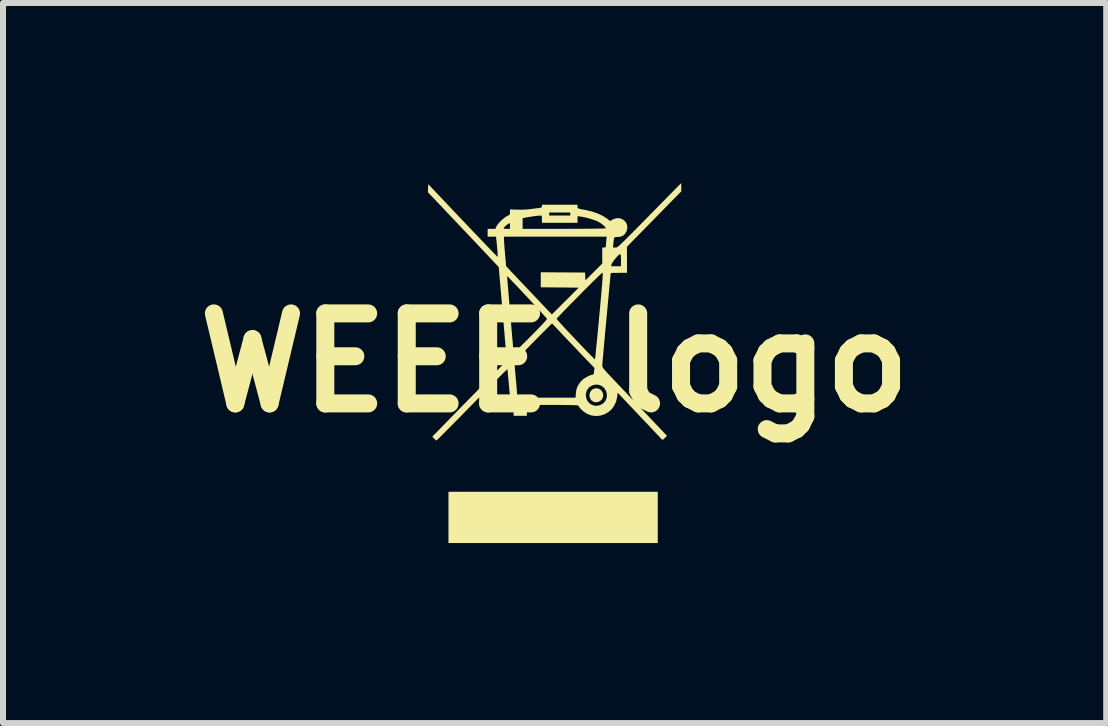
<source format=kicad_pcb>
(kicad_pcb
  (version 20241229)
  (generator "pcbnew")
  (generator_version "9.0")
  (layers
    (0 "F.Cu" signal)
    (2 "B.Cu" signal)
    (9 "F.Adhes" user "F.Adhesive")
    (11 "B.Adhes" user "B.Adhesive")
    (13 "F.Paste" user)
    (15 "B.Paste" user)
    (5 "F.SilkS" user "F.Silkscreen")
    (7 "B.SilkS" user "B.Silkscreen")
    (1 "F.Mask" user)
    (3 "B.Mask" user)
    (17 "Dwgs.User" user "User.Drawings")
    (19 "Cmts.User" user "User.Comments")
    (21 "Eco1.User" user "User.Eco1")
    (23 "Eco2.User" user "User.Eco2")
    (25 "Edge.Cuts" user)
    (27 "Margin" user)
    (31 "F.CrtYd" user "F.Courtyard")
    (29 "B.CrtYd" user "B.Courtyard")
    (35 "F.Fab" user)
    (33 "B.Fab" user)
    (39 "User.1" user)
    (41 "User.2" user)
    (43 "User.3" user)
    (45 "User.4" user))
  (footprint "WEEE logo"
    (layer "F.Cu")
    (at 6.193 2.995)
    (property "Reference" "WEEE logo" (at 0 0 0) (layer "F.SilkS") (effects (font (size 1.5 1.5) (thickness 0.3))))
    (attr exclude_from_pos_files exclude_from_bom)
    (fp_poly (pts (xy 1.719 2.578) (xy 1.719 3.005) (xy -0.025 3.005) (xy -1.769 3.005) (xy -1.769 2.578) (xy -1.769 2.151) (xy -0.025 2.151) (xy 1.719 2.151)) (stroke (width 0) (type solid)) (fill yes) (layer "F.SilkS"))
    (fp_poly (pts (xy 0.733 0.432) (xy 0.77 0.453) (xy 0.797 0.487) (xy 0.81 0.529) (xy 0.807 0.574) (xy 0.787 0.612) (xy 0.756 0.641) (xy 0.717 0.657) (xy 0.674 0.658) (xy 0.648 0.65) (xy 0.611 0.624) (xy 0.589 0.588) (xy 0.58 0.547) (xy 0.586 0.506) (xy 0.606 0.468) (xy 0.64 0.439) (xy 0.648 0.436) (xy 0.691 0.425)) (stroke (width 0) (type solid)) (fill yes) (layer "F.SilkS"))
    (fp_poly (pts (xy 2.111 -2.925) (xy 2.111 -2.856) (xy 1.658 -2.394) (xy 1.205 -1.932) (xy 1.206 -1.715) (xy 1.207 -1.498) (xy 1.071 -1.498) (xy 1.021 -1.497) (xy 0.98 -1.497) (xy 0.95 -1.495) (xy 0.936 -1.494) (xy 0.935 -1.493) (xy 0.934 -1.483) (xy 0.931 -1.454) (xy 0.927 -1.408) (xy 0.921 -1.347) (xy 0.914 -1.272) (xy 0.906 -1.185) (xy 0.897 -1.087) (xy 0.887 -0.98) (xy 0.877 -0.865) (xy 0.865 -0.744) (xy 0.864 -0.735) (xy 0.853 -0.613) (xy 0.842 -0.497) (xy 0.832 -0.387) (xy 0.823 -0.286) (xy 0.815 -0.195) (xy 0.808 -0.116) (xy 0.802 -0.05) (xy 0.798 0.001) (xy 0.795 0.035) (xy 0.794 0.05) (xy 0.794 0.05) (xy 0.796 0.062) (xy 0.801 0.076) (xy 0.812 0.093) (xy 0.831 0.117) (xy 0.858 0.148) (xy 0.895 0.188) (xy 0.945 0.241) (xy 0.972 0.27) (xy 1.016 0.316) (xy 1.071 0.374) (xy 1.136 0.442) (xy 1.208 0.518) (xy 1.284 0.598) (xy 1.363 0.681) (xy 1.441 0.764) (xy 1.512 0.838) (xy 1.873 1.218) (xy 1.836 1.255) (xy 1.814 1.276) (xy 1.801 1.284) (xy 1.791 1.282) (xy 1.781 1.271) (xy 1.77 1.26) (xy 1.748 1.236) (xy 1.714 1.2) (xy 1.67 1.154) (xy 1.618 1.099) (xy 1.56 1.037) (xy 1.495 0.969) (xy 1.427 0.897) (xy 1.406 0.875) (xy 1.05 0.499) (xy 1.043 0.567) (xy 1.025 0.648) (xy 0.992 0.719) (xy 0.947 0.779) (xy 0.892 0.826) (xy 0.829 0.861) (xy 0.76 0.882) (xy 0.689 0.888) (xy 0.617 0.88) (xy 0.547 0.855) (xy 0.481 0.813) (xy 0.436 0.771) (xy 0.414 0.744) (xy 0.398 0.723) (xy 0.392 0.713) (xy 0.382 0.711) (xy 0.354 0.709) (xy 0.31 0.707) (xy 0.251 0.706) (xy 0.179 0.705) (xy 0.096 0.704) (xy 0.004 0.704) (xy -0.035 0.704) (xy -0.462 0.704) (xy -0.462 0.794) (xy -0.462 0.885) (xy -0.573 0.885) (xy -0.683 0.885) (xy -0.683 0.799) (xy -0.684 0.756) (xy -0.686 0.729) (xy -0.691 0.711) (xy -0.701 0.699) (xy -0.71 0.69) (xy -0.717 0.683) (xy -0.724 0.675) (xy -0.729 0.663) (xy -0.733 0.645) (xy -0.738 0.619) (xy -0.742 0.583) (xy -0.747 0.533) (xy -0.753 0.468) (xy -0.76 0.392) (xy -0.766 0.319) (xy -0.772 0.253) (xy -0.778 0.197) (xy -0.782 0.152) (xy -0.785 0.121) (xy -0.787 0.108) (xy -0.787 0.108) (xy -0.794 0.114) (xy -0.814 0.133) (xy -0.846 0.164) (xy -0.889 0.207) (xy -0.943 0.26) (xy -1.004 0.322) (xy -1.074 0.393) (xy -1.151 0.47) (xy -1.233 0.554) (xy -1.32 0.642) (xy -1.375 0.699) (xy -1.465 0.79) (xy -1.55 0.877) (xy -1.631 0.959) (xy -1.705 1.034) (xy -1.773 1.102) (xy -1.832 1.162) (xy -1.882 1.212) (xy -1.921 1.251) (xy -1.95 1.279) (xy -1.965 1.294) (xy -1.968 1.297) (xy -1.979 1.29) (xy -1.998 1.274) (xy -2.007 1.265) (xy -2.039 1.233) (xy -1.826 1.015) (xy -1.777 0.965) (xy -1.717 0.902) (xy -1.646 0.831) (xy -1.569 0.751) (xy -1.486 0.667) (xy -1.401 0.58) (xy -1.315 0.493) (xy -1.231 0.407) (xy -1.205 0.381) (xy -0.816 -0.015) (xy -0.671 -0.015) (xy -0.648 0.251) (xy -0.641 0.324) (xy -0.635 0.392) (xy -0.631 0.451) (xy -0.627 0.5) (xy -0.624 0.534) (xy -0.624 0.55) (xy -0.623 0.583) (xy -0.137 0.583) (xy 0.349 0.583) (xy 0.352 0.543) (xy 0.52 0.543) (xy 0.529 0.6) (xy 0.554 0.648) (xy 0.591 0.685) (xy 0.637 0.709) (xy 0.689 0.719) (xy 0.743 0.712) (xy 0.796 0.688) (xy 0.797 0.687) (xy 0.838 0.65) (xy 0.863 0.601) (xy 0.872 0.547) (xy 0.864 0.491) (xy 0.855 0.467) (xy 0.825 0.419) (xy 0.785 0.387) (xy 0.739 0.369) (xy 0.69 0.364) (xy 0.642 0.373) (xy 0.598 0.393) (xy 0.561 0.425) (xy 0.534 0.468) (xy 0.521 0.521) (xy 0.52 0.543) (xy 0.352 0.543) (xy 0.354 0.51) (xy 0.364 0.444) (xy 0.385 0.387) (xy 0.421 0.333) (xy 0.445 0.304) (xy 0.477 0.275) (xy 0.517 0.248) (xy 0.56 0.224) (xy 0.6 0.207) (xy 0.63 0.201) (xy 0.642 0.198) (xy 0.65 0.187) (xy 0.656 0.163) (xy 0.658 0.144) (xy 0.665 0.088) (xy 0.586 0.006) (xy 0.561 -0.02) (xy 0.524 -0.058) (xy 0.477 -0.107) (xy 0.423 -0.163) (xy 0.364 -0.226) (xy 0.301 -0.292) (xy 0.237 -0.359) (xy 0.231 -0.365) (xy -0.043 -0.655) (xy -0.188 -0.511) (xy -0.241 -0.458) (xy -0.302 -0.396) (xy -0.368 -0.329) (xy -0.433 -0.262) (xy -0.493 -0.2) (xy -0.502 -0.191) (xy -0.671 -0.015) (xy -0.816 -0.015) (xy -0.797 -0.035) (xy -0.864 -0.815) (xy -0.918 -1.443) (xy -0.791 -1.443) (xy -0.791 -1.433) (xy -0.789 -1.405) (xy -0.785 -1.36) (xy -0.781 -1.299) (xy -0.774 -1.226) (xy -0.767 -1.141) (xy -0.759 -1.046) (xy -0.751 -0.943) (xy -0.741 -0.834) (xy -0.739 -0.804) (xy -0.729 -0.693) (xy -0.72 -0.587) (xy -0.712 -0.49) (xy -0.704 -0.402) (xy -0.697 -0.325) (xy -0.692 -0.26) (xy -0.688 -0.211) (xy -0.685 -0.177) (xy -0.684 -0.161) (xy -0.683 -0.16) (xy -0.677 -0.166) (xy -0.657 -0.184) (xy -0.627 -0.213) (xy -0.586 -0.253) (xy -0.538 -0.301) (xy -0.483 -0.355) (xy -0.423 -0.415) (xy -0.405 -0.434) (xy -0.343 -0.496) (xy -0.286 -0.554) (xy -0.236 -0.607) (xy -0.193 -0.652) (xy -0.159 -0.688) (xy -0.137 -0.714) (xy -0.126 -0.728) (xy -0.126 -0.729) (xy -0.128 -0.733) (xy 0.032 -0.733) (xy 0.038 -0.724) (xy 0.056 -0.703) (xy 0.085 -0.67) (xy 0.123 -0.629) (xy 0.168 -0.58) (xy 0.218 -0.526) (xy 0.273 -0.468) (xy 0.33 -0.408) (xy 0.387 -0.347) (xy 0.444 -0.288) (xy 0.498 -0.231) (xy 0.547 -0.18) (xy 0.591 -0.135) (xy 0.627 -0.099) (xy 0.653 -0.073) (xy 0.669 -0.058) (xy 0.673 -0.056) (xy 0.674 -0.067) (xy 0.678 -0.096) (xy 0.683 -0.142) (xy 0.689 -0.203) (xy 0.696 -0.277) (xy 0.705 -0.364) (xy 0.714 -0.461) (xy 0.725 -0.567) (xy 0.735 -0.68) (xy 0.744 -0.777) (xy 0.758 -0.928) (xy 0.77 -1.059) (xy 0.78 -1.172) (xy 0.788 -1.267) (xy 0.794 -1.345) (xy 0.799 -1.406) (xy 0.801 -1.451) (xy 0.802 -1.482) (xy 0.801 -1.497) (xy 0.8 -1.5) (xy 0.791 -1.495) (xy 0.768 -1.476) (xy 0.734 -1.444) (xy 0.688 -1.399) (xy 0.631 -1.344) (xy 0.565 -1.278) (xy 0.49 -1.203) (xy 0.412 -1.124) (xy 0.341 -1.051) (xy 0.273 -0.983) (xy 0.212 -0.92) (xy 0.157 -0.864) (xy 0.111 -0.816) (xy 0.074 -0.777) (xy 0.048 -0.75) (xy 0.034 -0.735) (xy 0.032 -0.733) (xy -0.128 -0.733) (xy -0.132 -0.738) (xy -0.151 -0.76) (xy -0.18 -0.793) (xy -0.218 -0.835) (xy -0.264 -0.884) (xy -0.315 -0.94) (xy -0.37 -1) (xy -0.427 -1.062) (xy -0.486 -1.124) (xy -0.543 -1.186) (xy -0.599 -1.245) (xy -0.65 -1.299) (xy -0.696 -1.347) (xy -0.735 -1.388) (xy -0.764 -1.418) (xy -0.784 -1.437) (xy -0.791 -1.443) (xy -0.918 -1.443) (xy -0.931 -1.594) (xy -1.472 -2.167) (xy -1.559 -2.258) (xy -1.642 -2.347) (xy -1.722 -2.43) (xy -1.796 -2.509) (xy -1.863 -2.58) (xy -1.923 -2.643) (xy -1.974 -2.696) (xy -2.014 -2.739) (xy -2.044 -2.77) (xy -2.061 -2.788) (xy -2.063 -2.79) (xy -2.112 -2.841) (xy -2.109 -2.909) (xy -2.106 -2.976) (xy -1.529 -2.367) (xy -1.441 -2.275) (xy -1.357 -2.186) (xy -1.278 -2.103) (xy -1.205 -2.027) (xy -1.139 -1.958) (xy -1.081 -1.898) (xy -1.032 -1.847) (xy -0.994 -1.808) (xy -0.966 -1.78) (xy -0.951 -1.765) (xy -0.948 -1.763) (xy -0.948 -1.773) (xy -0.949 -1.8) (xy -0.951 -1.839) (xy -0.955 -1.885) (xy -0.959 -1.935) (xy -0.964 -1.985) (xy -0.968 -2.03) (xy -0.971 -2.053) (xy -0.977 -2.101) (xy -0.844 -2.101) (xy -0.844 -2.058) (xy -0.843 -2.035) (xy -0.84 -1.996) (xy -0.837 -1.944) (xy -0.832 -1.884) (xy -0.826 -1.819) (xy -0.826 -1.813) (xy -0.808 -1.61) (xy -0.75 -1.548) (xy -0.731 -1.527) (xy -0.7 -1.494) (xy -0.659 -1.451) (xy -0.609 -1.397) (xy -0.551 -1.337) (xy -0.489 -1.271) (xy -0.423 -1.201) (xy -0.369 -1.145) (xy -0.046 -0.804) (xy 0.178 -1.028) (xy 0.402 -1.251) (xy 0.086 -1.254) (xy -0.231 -1.257) (xy -0.231 -1.382) (xy -0.231 -1.508) (xy 0.138 -1.505) (xy 0.508 -1.503) (xy 0.511 -1.438) (xy 0.514 -1.373) (xy 0.654 -1.513) (xy 0.749 -1.608) (xy 0.942 -1.608) (xy 1.024 -1.608) (xy 1.106 -1.608) (xy 1.106 -1.709) (xy 1.105 -1.756) (xy 1.103 -1.787) (xy 1.099 -1.803) (xy 1.093 -1.809) (xy 1.092 -1.809) (xy 1.077 -1.802) (xy 1.054 -1.782) (xy 1.028 -1.753) (xy 1 -1.72) (xy 0.976 -1.688) (xy 0.957 -1.659) (xy 0.949 -1.64) (xy 0.942 -1.608) (xy 0.749 -1.608) (xy 0.794 -1.653) (xy 0.794 -1.787) (xy 0.794 -1.92) (xy 0.824 -1.92) (xy 0.846 -1.923) (xy 0.854 -1.934) (xy 0.854 -1.942) (xy 0.855 -1.964) (xy 0.858 -1.998) (xy 0.861 -2.033) (xy 0.867 -2.101) (xy 0.012 -2.101) (xy -0.844 -2.101) (xy -0.977 -2.101) (xy -1.046 -2.101) (xy -1.116 -2.101) (xy -1.116 -2.166) (xy -1.116 -2.231) (xy -1.052 -2.231) (xy -0.988 -2.231) (xy -0.984 -2.239) (xy -0.849 -2.239) (xy -0.843 -2.234) (xy -0.825 -2.232) (xy -0.799 -2.231) (xy -0.744 -2.231) (xy -0.533 -2.231) (xy 0.161 -2.231) (xy 0.305 -2.232) (xy 0.434 -2.232) (xy 0.546 -2.233) (xy 0.643 -2.234) (xy 0.722 -2.235) (xy 0.783 -2.236) (xy 0.826 -2.238) (xy 0.849 -2.24) (xy 0.854 -2.241) (xy 0.846 -2.258) (xy 0.825 -2.28) (xy 0.794 -2.306) (xy 0.759 -2.331) (xy 0.722 -2.353) (xy 0.722 -2.353) (xy 0.675 -2.373) (xy 0.614 -2.393) (xy 0.548 -2.412) (xy 0.482 -2.427) (xy 0.43 -2.436) (xy 0.382 -2.442) (xy 0.382 -2.387) (xy 0.382 -2.332) (xy 0.085 -2.332) (xy -0.211 -2.332) (xy -0.211 -2.392) (xy -0.212 -2.426) (xy -0.214 -2.444) (xy -0.222 -2.451) (xy -0.236 -2.452) (xy -0.239 -2.452) (xy -0.268 -2.45) (xy -0.312 -2.446) (xy -0.365 -2.438) (xy -0.422 -2.43) (xy -0.47 -2.421) (xy -0.533 -2.41) (xy -0.533 -2.321) (xy -0.533 -2.231) (xy -0.744 -2.231) (xy -0.744 -2.282) (xy -0.745 -2.313) (xy -0.75 -2.326) (xy -0.756 -2.326) (xy -0.787 -2.305) (xy -0.816 -2.282) (xy -0.838 -2.26) (xy -0.845 -2.25) (xy -0.849 -2.239) (xy -0.984 -2.239) (xy -0.97 -2.272) (xy -0.949 -2.305) (xy -0.916 -2.343) (xy -0.877 -2.382) (xy -0.835 -2.416) (xy -0.797 -2.441) (xy -0.786 -2.447) (xy -0.76 -2.46) (xy -0.748 -2.473) (xy -0.744 -2.493) (xy -0.744 -2.503) (xy -0.09 -2.503) (xy -0.09 -2.478) (xy -0.09 -2.453) (xy 0.085 -2.453) (xy 0.261 -2.453) (xy 0.261 -2.478) (xy 0.261 -2.503) (xy 0.085 -2.503) (xy -0.09 -2.503) (xy -0.744 -2.503) (xy -0.744 -2.51) (xy -0.744 -2.555) (xy -0.626 -2.551) (xy -0.553 -2.55) (xy -0.477 -2.553) (xy -0.41 -2.559) (xy -0.407 -2.559) (xy -0.358 -2.566) (xy -0.311 -2.572) (xy -0.272 -2.577) (xy -0.259 -2.579) (xy -0.23 -2.583) (xy -0.216 -2.59) (xy -0.211 -2.603) (xy -0.211 -2.609) (xy -0.211 -2.633) (xy 0.085 -2.633) (xy 0.382 -2.633) (xy 0.382 -2.603) (xy 0.382 -2.589) (xy 0.385 -2.579) (xy 0.393 -2.572) (xy 0.41 -2.566) (xy 0.44 -2.559) (xy 0.484 -2.551) (xy 0.502 -2.548) (xy 0.619 -2.521) (xy 0.724 -2.485) (xy 0.813 -2.442) (xy 0.882 -2.396) (xy 0.924 -2.361) (xy 0.968 -2.387) (xy 1.02 -2.407) (xy 1.07 -2.41) (xy 1.117 -2.398) (xy 1.157 -2.373) (xy 1.189 -2.338) (xy 1.208 -2.294) (xy 1.212 -2.244) (xy 1.201 -2.196) (xy 1.174 -2.147) (xy 1.135 -2.114) (xy 1.085 -2.098) (xy 1.053 -2.096) (xy 1.025 -2.096) (xy 1.007 -2.093) (xy 0.995 -2.084) (xy 0.989 -2.066) (xy 0.984 -2.035) (xy 0.98 -1.988) (xy 0.98 -1.988) (xy 0.973 -1.92) (xy 1.012 -1.92) (xy 1.019 -1.92) (xy 1.024 -1.92) (xy 1.031 -1.921) (xy 1.038 -1.924) (xy 1.047 -1.929) (xy 1.059 -1.938) (xy 1.075 -1.951) (xy 1.095 -1.969) (xy 1.12 -1.993) (xy 1.151 -2.023) (xy 1.19 -2.061) (xy 1.236 -2.107) (xy 1.291 -2.162) (xy 1.355 -2.227) (xy 1.429 -2.302) (xy 1.515 -2.389) (xy 1.612 -2.488) (xy 1.722 -2.6) (xy 1.802 -2.681) (xy 2.111 -2.995)) (stroke (width 0) (type solid)) (fill yes) (layer "F.SilkS")))
  (gr_rect
    (start -3 -3)
    (end 15.386 9)
    (stroke (width 0.1) (type default))
    (fill no)
    (layer "Edge.Cuts")))
</source>
